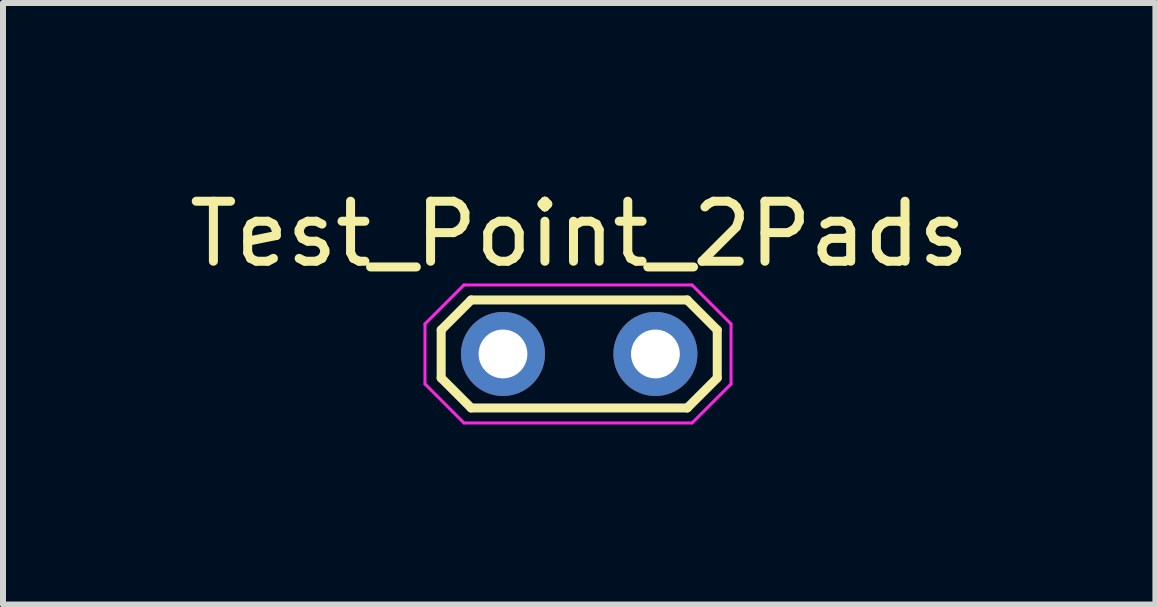
<source format=kicad_pcb>
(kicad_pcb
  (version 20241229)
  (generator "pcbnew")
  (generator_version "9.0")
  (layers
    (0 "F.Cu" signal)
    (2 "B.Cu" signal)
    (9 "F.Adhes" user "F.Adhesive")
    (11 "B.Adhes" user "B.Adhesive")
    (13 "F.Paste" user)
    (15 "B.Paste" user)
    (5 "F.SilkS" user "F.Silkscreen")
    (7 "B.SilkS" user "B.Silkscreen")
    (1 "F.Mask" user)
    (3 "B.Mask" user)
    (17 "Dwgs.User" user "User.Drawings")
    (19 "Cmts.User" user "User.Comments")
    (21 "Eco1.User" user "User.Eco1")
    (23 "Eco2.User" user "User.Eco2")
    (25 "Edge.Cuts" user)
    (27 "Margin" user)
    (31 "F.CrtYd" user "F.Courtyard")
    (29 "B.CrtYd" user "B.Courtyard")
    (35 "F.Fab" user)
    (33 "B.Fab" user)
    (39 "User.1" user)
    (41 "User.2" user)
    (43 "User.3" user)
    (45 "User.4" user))
  (footprint "Test_Point_2Pads"
    (layer "F.Cu")
    (at 5.331 2.848)
    (property "Reference" "Test_Point_2Pads" (at 1.27 -2 0) (layer "F.SilkS") (effects (font (size 1 1) (thickness 0.15))))
    (attr exclude_from_pos_files exclude_from_bom)
    (fp_line (start -1.03 -0.4) (end -0.53 -0.9) (stroke (width 0.15) (type solid)) (layer "F.SilkS"))
    (fp_line (start -1.03 0.4) (end -1.03 -0.4) (stroke (width 0.15) (type solid)) (layer "F.SilkS"))
    (fp_line (start -0.53 -0.9) (end 3.07 -0.9) (stroke (width 0.15) (type solid)) (layer "F.SilkS"))
    (fp_line (start -0.53 0.9) (end -1.03 0.4) (stroke (width 0.15) (type solid)) (layer "F.SilkS"))
    (fp_line (start 3.07 -0.9) (end 3.57 -0.4) (stroke (width 0.15) (type solid)) (layer "F.SilkS"))
    (fp_line (start 3.07 0.9) (end -0.53 0.9) (stroke (width 0.15) (type solid)) (layer "F.SilkS"))
    (fp_line (start 3.57 -0.4) (end 3.57 0.4) (stroke (width 0.15) (type solid)) (layer "F.SilkS"))
    (fp_line (start 3.57 0.4) (end 3.07 0.9) (stroke (width 0.15) (type solid)) (layer "F.SilkS"))
    (fp_line (start -1.3 -0.5) (end -1.3 0.5) (stroke (width 0.05) (type solid)) (layer "F.CrtYd"))
    (fp_line (start -1.3 0.5) (end -0.65 1.15) (stroke (width 0.05) (type solid)) (layer "F.CrtYd"))
    (fp_line (start -0.65 -1.15) (end -1.3 -0.5) (stroke (width 0.05) (type solid)) (layer "F.CrtYd"))
    (fp_line (start -0.65 1.15) (end 3.15 1.15) (stroke (width 0.05) (type solid)) (layer "F.CrtYd"))
    (fp_line (start 3.15 -1.15) (end -0.65 -1.15) (stroke (width 0.05) (type solid)) (layer "F.CrtYd"))
    (fp_line (start 3.15 1.15) (end 3.8 0.5) (stroke (width 0.05) (type solid)) (layer "F.CrtYd"))
    (fp_line (start 3.8 -0.5) (end 3.15 -1.15) (stroke (width 0.05) (type solid)) (layer "F.CrtYd"))
    (fp_line (start 3.8 0.5) (end 3.8 -0.5) (stroke (width 0.05) (type solid)) (layer "F.CrtYd"))
    (pad "1" thru_hole circle (at 0 0) (size 1.4 1.4) (drill 0.813) (layers "*.Cu" "*.Mask"))
    (pad "2" thru_hole circle (at 2.54 0) (size 1.4 1.4) (drill 0.813) (layers "*.Cu" "*.Mask")))
  (gr_rect
    (start -3 -3)
    (end 16.202 7.023)
    (stroke (width 0.1) (type default))
    (fill no)
    (layer "Edge.Cuts")))
</source>
